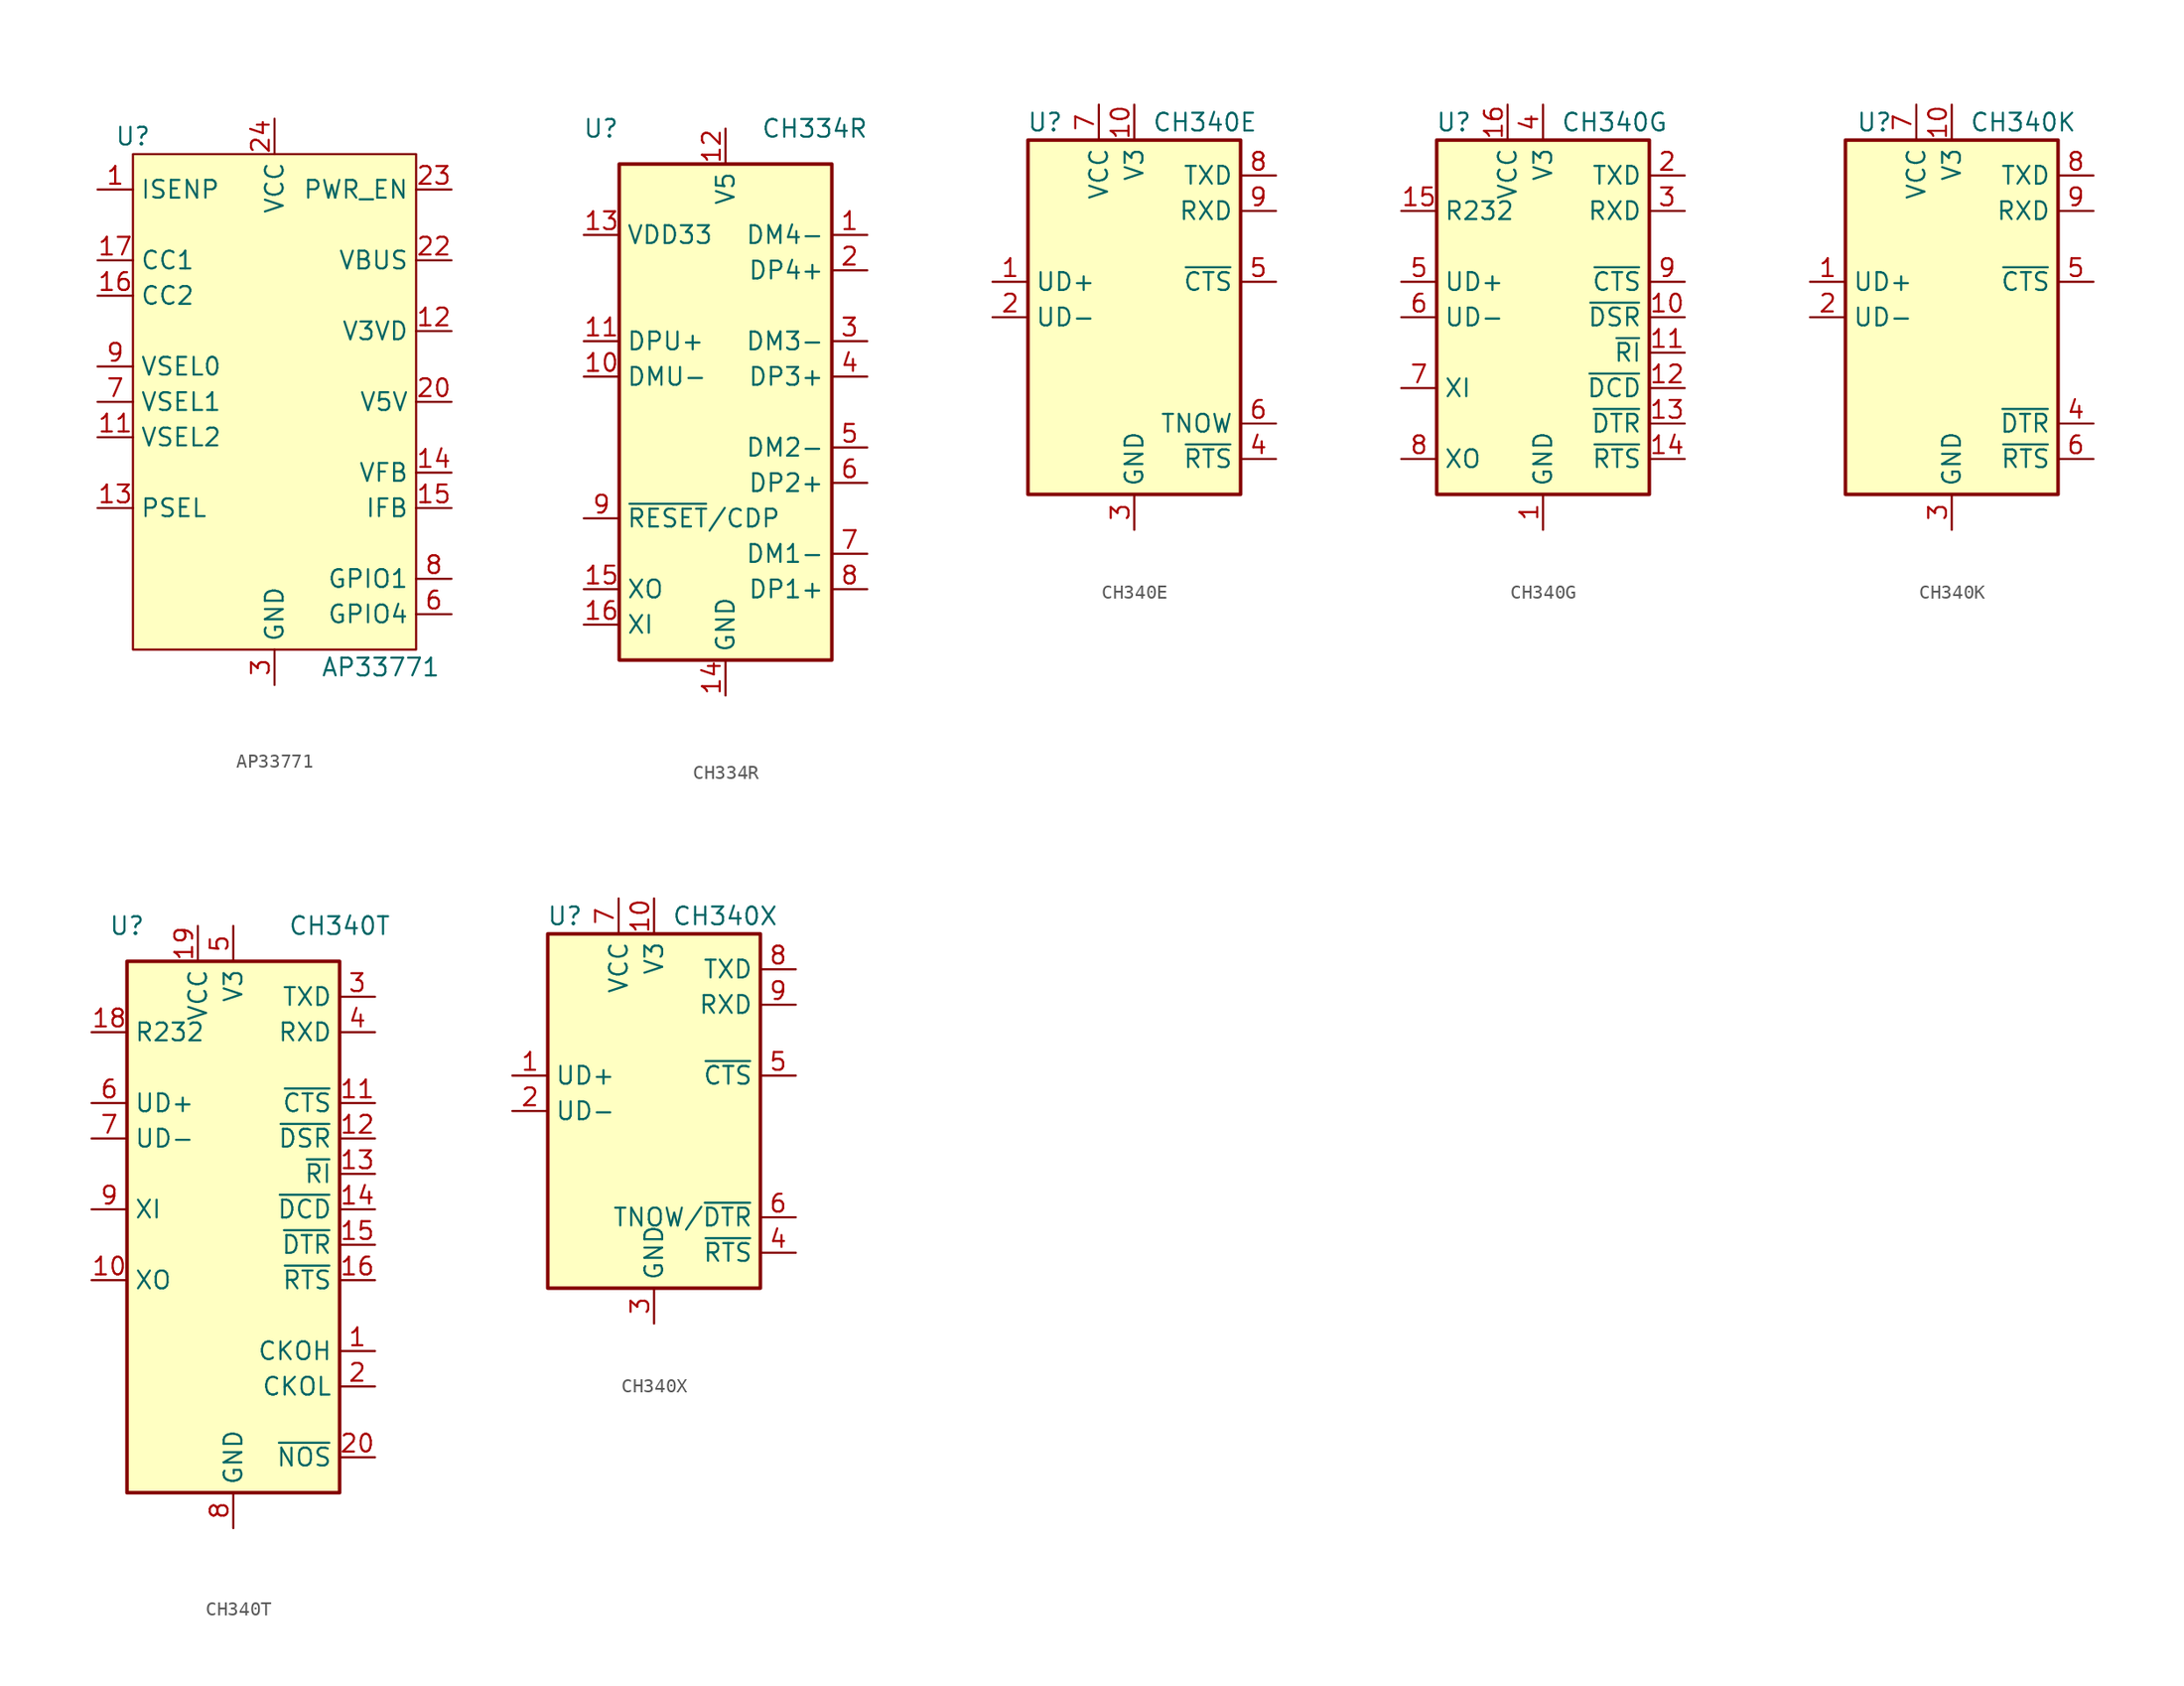
<source format=kicad_sym>
(kicad_symbol_lib
  (version 20231120)
  (generator "kicad_symbol_editor")
  (generator_version "8.0")
  (symbol "AP33771"
    (property "Reference" "U"
      (at -10.16 19.05 0)
      (effects (font (size 1.27 1.27))))
    (property "Value" "AP33771"
      (at 7.62 -19.05 0)
      (effects (font (size 1.27 1.27))))
    (symbol "AP33771_1_1"
      (rectangle (start -10.16 17.78) (end 10.16 -17.78) (stroke (width 0) (type default)) (fill (type background)))
      (pin bidirectional line (at -12.7 15.24 0) (length 2.54) (name "ISENP" (effects (font (size 1.27 1.27)))) (number "1" (effects (font (size 1.27 1.27)))))
      (pin no_connect line (at -7.62 -12.7 0) (length 2.54) hide (name "NC" (effects (font (size 1.27 1.27)))) (number "10" (effects (font (size 1.27 1.27)))))
      (pin bidirectional line (at -12.7 -2.54 0) (length 2.54) (name "VSEL2" (effects (font (size 1.27 1.27)))) (number "11" (effects (font (size 1.27 1.27)))))
      (pin power_out line (at 12.7 5.08 180) (length 2.54) (name "V3VD" (effects (font (size 1.27 1.27)))) (number "12" (effects (font (size 1.27 1.27)))))
      (pin bidirectional line (at -12.7 -7.62 0) (length 2.54) (name "PSEL" (effects (font (size 1.27 1.27)))) (number "13" (effects (font (size 1.27 1.27)))))
      (pin input line (at 12.7 -5.08 180) (length 2.54) (name "VFB" (effects (font (size 1.27 1.27)))) (number "14" (effects (font (size 1.27 1.27)))))
      (pin input line (at 12.7 -7.62 180) (length 2.54) (name "IFB" (effects (font (size 1.27 1.27)))) (number "15" (effects (font (size 1.27 1.27)))))
      (pin bidirectional line (at -12.7 7.62 0) (length 2.54) (name "CC2" (effects (font (size 1.27 1.27)))) (number "16" (effects (font (size 1.27 1.27)))))
      (pin bidirectional line (at -12.7 10.16 0) (length 2.54) (name "CC1" (effects (font (size 1.27 1.27)))) (number "17" (effects (font (size 1.27 1.27)))))
      (pin no_connect line (at -10.16 -15.24 0) (length 2.54) hide (name "NC" (effects (font (size 1.27 1.27)))) (number "18" (effects (font (size 1.27 1.27)))))
      (pin no_connect line (at -7.62 -15.24 0) (length 2.54) hide (name "NC" (effects (font (size 1.27 1.27)))) (number "19" (effects (font (size 1.27 1.27)))))
      (pin no_connect line (at -10.16 -10.16 0) (length 2.54) hide (name "NC" (effects (font (size 1.27 1.27)))) (number "2" (effects (font (size 1.27 1.27)))))
      (pin power_out line (at 12.7 0 180) (length 2.54) (name "V5V" (effects (font (size 1.27 1.27)))) (number "20" (effects (font (size 1.27 1.27)))))
      (pin no_connect line (at -10.16 -17.78 0) (length 2.54) hide (name "NC" (effects (font (size 1.27 1.27)))) (number "21" (effects (font (size 1.27 1.27)))))
      (pin power_in line (at 12.7 10.16 180) (length 2.54) (name "VBUS" (effects (font (size 1.27 1.27)))) (number "22" (effects (font (size 1.27 1.27)))))
      (pin power_in line (at 12.7 15.24 180) (length 2.54) (name "PWR_EN" (effects (font (size 1.27 1.27)))) (number "23" (effects (font (size 1.27 1.27)))))
      (pin power_in line (at 0 20.32 270) (length 2.54) (name "VCC" (effects (font (size 1.27 1.27)))) (number "24" (effects (font (size 1.27 1.27)))))
      (pin passive line (at 0 -20.32 90) (length 2.54) hide (name "GND" (effects (font (size 1.27 1.27)))) (number "25" (effects (font (size 1.27 1.27)))))
      (pin power_in line (at 0 -20.32 90) (length 2.54) (name "GND" (effects (font (size 1.27 1.27)))) (number "3" (effects (font (size 1.27 1.27)))))
      (pin no_connect line (at -7.62 -10.16 0) (length 2.54) hide (name "NC" (effects (font (size 1.27 1.27)))) (number "4" (effects (font (size 1.27 1.27)))))
      (pin no_connect line (at -10.16 -12.7 0) (length 2.54) hide (name "NC" (effects (font (size 1.27 1.27)))) (number "5" (effects (font (size 1.27 1.27)))))
      (pin bidirectional line (at 12.7 -15.24 180) (length 2.54) (name "GPIO4" (effects (font (size 1.27 1.27)))) (number "6" (effects (font (size 1.27 1.27)))))
      (pin bidirectional line (at -12.7 0 0) (length 2.54) (name "VSEL1" (effects (font (size 1.27 1.27)))) (number "7" (effects (font (size 1.27 1.27)))))
      (pin bidirectional line (at 12.7 -12.7 180) (length 2.54) (name "GPIO1" (effects (font (size 1.27 1.27)))) (number "8" (effects (font (size 1.27 1.27)))))
      (pin bidirectional line (at -12.7 2.54 0) (length 2.54) (name "VSEL0" (effects (font (size 1.27 1.27)))) (number "9" (effects (font (size 1.27 1.27)))))))
  (symbol "CH334R"
    (property "Reference" "U"
      (at -7.62 20.32 0)
      (effects (font (size 1.27 1.27)) (justify right)))
    (property "Value" "CH334R"
      (at 2.54 20.32 0)
      (effects (font (size 1.27 1.27)) (justify left)))
    (symbol "CH334R_0_1"
      (rectangle (start -7.62 17.78) (end 7.62 -17.78) (stroke (width 0.254) (type default)) (fill (type background))))
    (symbol "CH334R_1_1"
      (pin bidirectional line (at 10.16 12.7 180) (length 2.54) (name "DM4-" (effects (font (size 1.27 1.27)))) (number "1" (effects (font (size 1.27 1.27)))))
      (pin bidirectional line (at -10.16 2.54 0) (length 2.54) (name "DMU-" (effects (font (size 1.27 1.27)))) (number "10" (effects (font (size 1.27 1.27)))))
      (pin bidirectional line (at -10.16 5.08 0) (length 2.54) (name "DPU+" (effects (font (size 1.27 1.27)))) (number "11" (effects (font (size 1.27 1.27)))))
      (pin power_in line (at 0 20.32 270) (length 2.54) (name "V5" (effects (font (size 1.27 1.27)))) (number "12" (effects (font (size 1.27 1.27)))))
      (pin passive line (at -10.16 12.7 0) (length 2.54) (name "VDD33" (effects (font (size 1.27 1.27)))) (number "13" (effects (font (size 1.27 1.27)))))
      (pin power_in line (at 0 -20.32 90) (length 2.54) (name "GND" (effects (font (size 1.27 1.27)))) (number "14" (effects (font (size 1.27 1.27)))))
      (pin passive line (at -10.16 -12.7 0) (length 2.54) (name "XO" (effects (font (size 1.27 1.27)))) (number "15" (effects (font (size 1.27 1.27)))))
      (pin passive line (at -10.16 -15.24 0) (length 2.54) (name "XI" (effects (font (size 1.27 1.27)))) (number "16" (effects (font (size 1.27 1.27)))))
      (pin bidirectional line (at 10.16 10.16 180) (length 2.54) (name "DP4+" (effects (font (size 1.27 1.27)))) (number "2" (effects (font (size 1.27 1.27)))))
      (pin bidirectional line (at 10.16 5.08 180) (length 2.54) (name "DM3-" (effects (font (size 1.27 1.27)))) (number "3" (effects (font (size 1.27 1.27)))))
      (pin bidirectional line (at 10.16 2.54 180) (length 2.54) (name "DP3+" (effects (font (size 1.27 1.27)))) (number "4" (effects (font (size 1.27 1.27)))))
      (pin bidirectional line (at 10.16 -2.54 180) (length 2.54) (name "DM2-" (effects (font (size 1.27 1.27)))) (number "5" (effects (font (size 1.27 1.27)))))
      (pin bidirectional line (at 10.16 -5.08 180) (length 2.54) (name "DP2+" (effects (font (size 1.27 1.27)))) (number "6" (effects (font (size 1.27 1.27)))))
      (pin bidirectional line (at 10.16 -10.16 180) (length 2.54) (name "DM1-" (effects (font (size 1.27 1.27)))) (number "7" (effects (font (size 1.27 1.27)))))
      (pin bidirectional line (at 10.16 -12.7 180) (length 2.54) (name "DP1+" (effects (font (size 1.27 1.27)))) (number "8" (effects (font (size 1.27 1.27)))))
      (pin input line (at -10.16 -7.62 0) (length 2.54) (name "~{RESET}/CDP" (effects (font (size 1.27 1.27)))) (number "9" (effects (font (size 1.27 1.27)))))))
  (symbol "CH340E"
    (property "Reference" "U"
      (at -5.08 13.97 0)
      (effects (font (size 1.27 1.27)) (justify right)))
    (property "Value" "CH340E"
      (at 1.27 13.97 0)
      (effects (font (size 1.27 1.27)) (justify left)))
    (symbol "CH340E_0_1"
      (rectangle (start -7.62 12.7) (end 7.62 -12.7) (stroke (width 0.254) (type default)) (fill (type background))))
    (symbol "CH340E_1_1"
      (pin bidirectional line (at -10.16 2.54 0) (length 2.54) (name "UD+" (effects (font (size 1.27 1.27)))) (number "1" (effects (font (size 1.27 1.27)))))
      (pin power_out line (at 0 15.24 270) (length 2.54) (name "V3" (effects (font (size 1.27 1.27)))) (number "10" (effects (font (size 1.27 1.27)))))
      (pin bidirectional line (at -10.16 0 0) (length 2.54) (name "UD-" (effects (font (size 1.27 1.27)))) (number "2" (effects (font (size 1.27 1.27)))))
      (pin power_in line (at 0 -15.24 90) (length 2.54) (name "GND" (effects (font (size 1.27 1.27)))) (number "3" (effects (font (size 1.27 1.27)))))
      (pin output line (at 10.16 -10.16 180) (length 2.54) (name "~{RTS}" (effects (font (size 1.27 1.27)))) (number "4" (effects (font (size 1.27 1.27)))))
      (pin input line (at 10.16 2.54 180) (length 2.54) (name "~{CTS}" (effects (font (size 1.27 1.27)))) (number "5" (effects (font (size 1.27 1.27)))))
      (pin output line (at 10.16 -7.62 180) (length 2.54) (name "TNOW" (effects (font (size 1.27 1.27)))) (number "6" (effects (font (size 1.27 1.27)))))
      (pin power_in line (at -2.54 15.24 270) (length 2.54) (name "VCC" (effects (font (size 1.27 1.27)))) (number "7" (effects (font (size 1.27 1.27)))))
      (pin output line (at 10.16 10.16 180) (length 2.54) (name "TXD" (effects (font (size 1.27 1.27)))) (number "8" (effects (font (size 1.27 1.27)))))
      (pin input line (at 10.16 7.62 180) (length 2.54) (name "RXD" (effects (font (size 1.27 1.27)))) (number "9" (effects (font (size 1.27 1.27)))))))
  (symbol "CH340G"
    (property "Reference" "U"
      (at -5.08 13.97 0)
      (effects (font (size 1.27 1.27)) (justify right)))
    (property "Value" "CH340G"
      (at 1.27 13.97 0)
      (effects (font (size 1.27 1.27)) (justify left)))
    (symbol "CH340G_0_1"
      (rectangle (start -7.62 12.7) (end 7.62 -12.7) (stroke (width 0.254) (type default)) (fill (type background))))
    (symbol "CH340G_1_1"
      (pin power_in line (at 0 -15.24 90) (length 2.54) (name "GND" (effects (font (size 1.27 1.27)))) (number "1" (effects (font (size 1.27 1.27)))))
      (pin input line (at 10.16 0 180) (length 2.54) (name "~{DSR}" (effects (font (size 1.27 1.27)))) (number "10" (effects (font (size 1.27 1.27)))))
      (pin input line (at 10.16 -2.54 180) (length 2.54) (name "~{RI}" (effects (font (size 1.27 1.27)))) (number "11" (effects (font (size 1.27 1.27)))))
      (pin input line (at 10.16 -5.08 180) (length 2.54) (name "~{DCD}" (effects (font (size 1.27 1.27)))) (number "12" (effects (font (size 1.27 1.27)))))
      (pin output line (at 10.16 -7.62 180) (length 2.54) (name "~{DTR}" (effects (font (size 1.27 1.27)))) (number "13" (effects (font (size 1.27 1.27)))))
      (pin output line (at 10.16 -10.16 180) (length 2.54) (name "~{RTS}" (effects (font (size 1.27 1.27)))) (number "14" (effects (font (size 1.27 1.27)))))
      (pin input line (at -10.16 7.62 0) (length 2.54) (name "R232" (effects (font (size 1.27 1.27)))) (number "15" (effects (font (size 1.27 1.27)))))
      (pin power_in line (at -2.54 15.24 270) (length 2.54) (name "VCC" (effects (font (size 1.27 1.27)))) (number "16" (effects (font (size 1.27 1.27)))))
      (pin output line (at 10.16 10.16 180) (length 2.54) (name "TXD" (effects (font (size 1.27 1.27)))) (number "2" (effects (font (size 1.27 1.27)))))
      (pin input line (at 10.16 7.62 180) (length 2.54) (name "RXD" (effects (font (size 1.27 1.27)))) (number "3" (effects (font (size 1.27 1.27)))))
      (pin power_out line (at 0 15.24 270) (length 2.54) (name "V3" (effects (font (size 1.27 1.27)))) (number "4" (effects (font (size 1.27 1.27)))))
      (pin bidirectional line (at -10.16 2.54 0) (length 2.54) (name "UD+" (effects (font (size 1.27 1.27)))) (number "5" (effects (font (size 1.27 1.27)))))
      (pin bidirectional line (at -10.16 0 0) (length 2.54) (name "UD-" (effects (font (size 1.27 1.27)))) (number "6" (effects (font (size 1.27 1.27)))))
      (pin input line (at -10.16 -5.08 0) (length 2.54) (name "XI" (effects (font (size 1.27 1.27)))) (number "7" (effects (font (size 1.27 1.27)))))
      (pin output line (at -10.16 -10.16 0) (length 2.54) (name "XO" (effects (font (size 1.27 1.27)))) (number "8" (effects (font (size 1.27 1.27)))))
      (pin input line (at 10.16 2.54 180) (length 2.54) (name "~{CTS}" (effects (font (size 1.27 1.27)))) (number "9" (effects (font (size 1.27 1.27)))))))
  (symbol "CH340K"
    (property "Reference" "U"
      (at -6.858 13.97 0)
      (effects (font (size 1.27 1.27)) (justify left)))
    (property "Value" "CH340K"
      (at 1.27 13.97 0)
      (effects (font (size 1.27 1.27)) (justify left)))
    (symbol "CH340K_0_1"
      (rectangle (start -7.62 12.7) (end 7.62 -12.7) (stroke (width 0.254) (type default)) (fill (type background))))
    (symbol "CH340K_1_0"
      (pin passive line (at 0 -15.24 90) (length 2.54) hide (name "GND" (effects (font (size 1.27 1.27)))) (number "11" (effects (font (size 1.27 1.27))))))
    (symbol "CH340K_1_1"
      (pin bidirectional line (at -10.16 2.54 0) (length 2.54) (name "UD+" (effects (font (size 1.27 1.27)))) (number "1" (effects (font (size 1.27 1.27)))))
      (pin passive line (at 0 15.24 270) (length 2.54) (name "V3" (effects (font (size 1.27 1.27)))) (number "10" (effects (font (size 1.27 1.27)))))
      (pin bidirectional line (at -10.16 0 0) (length 2.54) (name "UD-" (effects (font (size 1.27 1.27)))) (number "2" (effects (font (size 1.27 1.27)))))
      (pin power_in line (at 0 -15.24 90) (length 2.54) (name "GND" (effects (font (size 1.27 1.27)))) (number "3" (effects (font (size 1.27 1.27)))))
      (pin output line (at 10.16 -7.62 180) (length 2.54) (name "~{DTR}" (effects (font (size 1.27 1.27)))) (number "4" (effects (font (size 1.27 1.27)))))
      (pin input line (at 10.16 2.54 180) (length 2.54) (name "~{CTS}" (effects (font (size 1.27 1.27)))) (number "5" (effects (font (size 1.27 1.27)))))
      (pin output line (at 10.16 -10.16 180) (length 2.54) (name "~{RTS}" (effects (font (size 1.27 1.27)))) (number "6" (effects (font (size 1.27 1.27)))))
      (pin power_in line (at -2.54 15.24 270) (length 2.54) (name "VCC" (effects (font (size 1.27 1.27)))) (number "7" (effects (font (size 1.27 1.27)))))
      (pin output line (at 10.16 10.16 180) (length 2.54) (name "TXD" (effects (font (size 1.27 1.27)))) (number "8" (effects (font (size 1.27 1.27)))))
      (pin input line (at 10.16 7.62 180) (length 2.54) (name "RXD" (effects (font (size 1.27 1.27)))) (number "9" (effects (font (size 1.27 1.27)))))))
  (symbol "CH340T"
    (property "Reference" "U"
      (at -7.62 22.86 0)
      (effects (font (size 1.27 1.27))))
    (property "Value" "CH340T"
      (at 7.62 22.86 0)
      (effects (font (size 1.27 1.27))))
    (symbol "CH340T_1_1"
      (rectangle (start -7.62 20.32) (end 7.62 -17.78) (stroke (width 0.254) (type default)) (fill (type background)))
      (pin output line (at 10.16 -7.62 180) (length 2.54) (name "CKOH" (effects (font (size 1.27 1.27)))) (number "1" (effects (font (size 1.27 1.27)))))
      (pin output line (at -10.16 -2.54 0) (length 2.54) (name "XO" (effects (font (size 1.27 1.27)))) (number "10" (effects (font (size 1.27 1.27)))))
      (pin input line (at 10.16 10.16 180) (length 2.54) (name "~{CTS}" (effects (font (size 1.27 1.27)))) (number "11" (effects (font (size 1.27 1.27)))))
      (pin input line (at 10.16 7.62 180) (length 2.54) (name "~{DSR}" (effects (font (size 1.27 1.27)))) (number "12" (effects (font (size 1.27 1.27)))))
      (pin input line (at 10.16 5.08 180) (length 2.54) (name "~{RI}" (effects (font (size 1.27 1.27)))) (number "13" (effects (font (size 1.27 1.27)))))
      (pin input line (at 10.16 2.54 180) (length 2.54) (name "~{DCD}" (effects (font (size 1.27 1.27)))) (number "14" (effects (font (size 1.27 1.27)))))
      (pin output line (at 10.16 0 180) (length 2.54) (name "~{DTR}" (effects (font (size 1.27 1.27)))) (number "15" (effects (font (size 1.27 1.27)))))
      (pin output line (at 10.16 -2.54 180) (length 2.54) (name "~{RTS}" (effects (font (size 1.27 1.27)))) (number "16" (effects (font (size 1.27 1.27)))))
      (pin no_connect line (at -7.62 -7.62 0) (length 2.54) hide (name "NC" (effects (font (size 1.27 1.27)))) (number "17" (effects (font (size 1.27 1.27)))))
      (pin input line (at -10.16 15.24 0) (length 2.54) (name "R232" (effects (font (size 1.27 1.27)))) (number "18" (effects (font (size 1.27 1.27)))))
      (pin power_in line (at -2.54 22.86 270) (length 2.54) (name "VCC" (effects (font (size 1.27 1.27)))) (number "19" (effects (font (size 1.27 1.27)))))
      (pin output line (at 10.16 -10.16 180) (length 2.54) (name "CKOL" (effects (font (size 1.27 1.27)))) (number "2" (effects (font (size 1.27 1.27)))))
      (pin input line (at 10.16 -15.24 180) (length 2.54) (name "~{NOS}" (effects (font (size 1.27 1.27)))) (number "20" (effects (font (size 1.27 1.27)))))
      (pin output line (at 10.16 17.78 180) (length 2.54) (name "TXD" (effects (font (size 1.27 1.27)))) (number "3" (effects (font (size 1.27 1.27)))))
      (pin input line (at 10.16 15.24 180) (length 2.54) (name "RXD" (effects (font (size 1.27 1.27)))) (number "4" (effects (font (size 1.27 1.27)))))
      (pin power_out line (at 0 22.86 270) (length 2.54) (name "V3" (effects (font (size 1.27 1.27)))) (number "5" (effects (font (size 1.27 1.27)))))
      (pin bidirectional line (at -10.16 10.16 0) (length 2.54) (name "UD+" (effects (font (size 1.27 1.27)))) (number "6" (effects (font (size 1.27 1.27)))))
      (pin bidirectional line (at -10.16 7.62 0) (length 2.54) (name "UD-" (effects (font (size 1.27 1.27)))) (number "7" (effects (font (size 1.27 1.27)))))
      (pin power_in line (at 0 -20.32 90) (length 2.54) (name "GND" (effects (font (size 1.27 1.27)))) (number "8" (effects (font (size 1.27 1.27)))))
      (pin input line (at -10.16 2.54 0) (length 2.54) (name "XI" (effects (font (size 1.27 1.27)))) (number "9" (effects (font (size 1.27 1.27)))))))
  (symbol "CH340X"
    (property "Reference" "U"
      (at -5.08 13.97 0)
      (effects (font (size 1.27 1.27)) (justify right)))
    (property "Value" "CH340X"
      (at 1.27 13.97 0)
      (effects (font (size 1.27 1.27)) (justify left)))
    (symbol "CH340X_0_1"
      (rectangle (start -7.62 12.7) (end 7.62 -12.7) (stroke (width 0.254) (type default)) (fill (type background))))
    (symbol "CH340X_1_1"
      (pin bidirectional line (at -10.16 2.54 0) (length 2.54) (name "UD+" (effects (font (size 1.27 1.27)))) (number "1" (effects (font (size 1.27 1.27)))))
      (pin power_out line (at 0 15.24 270) (length 2.54) (name "V3" (effects (font (size 1.27 1.27)))) (number "10" (effects (font (size 1.27 1.27)))))
      (pin bidirectional line (at -10.16 0 0) (length 2.54) (name "UD-" (effects (font (size 1.27 1.27)))) (number "2" (effects (font (size 1.27 1.27)))))
      (pin power_in line (at 0 -15.24 90) (length 2.54) (name "GND" (effects (font (size 1.27 1.27)))) (number "3" (effects (font (size 1.27 1.27)))))
      (pin output line (at 10.16 -10.16 180) (length 2.54) (name "~{RTS}" (effects (font (size 1.27 1.27)))) (number "4" (effects (font (size 1.27 1.27)))))
      (pin input line (at 10.16 2.54 180) (length 2.54) (name "~{CTS}" (effects (font (size 1.27 1.27)))) (number "5" (effects (font (size 1.27 1.27)))))
      (pin output line (at 10.16 -7.62 180) (length 2.54) (name "TNOW/~{DTR}" (effects (font (size 1.27 1.27)))) (number "6" (effects (font (size 1.27 1.27)))))
      (pin power_in line (at -2.54 15.24 270) (length 2.54) (name "VCC" (effects (font (size 1.27 1.27)))) (number "7" (effects (font (size 1.27 1.27)))))
      (pin output line (at 10.16 10.16 180) (length 2.54) (name "TXD" (effects (font (size 1.27 1.27)))) (number "8" (effects (font (size 1.27 1.27)))))
      (pin input line (at 10.16 7.62 180) (length 2.54) (name "RXD" (effects (font (size 1.27 1.27)))) (number "9" (effects (font (size 1.27 1.27))))))))
</source>
